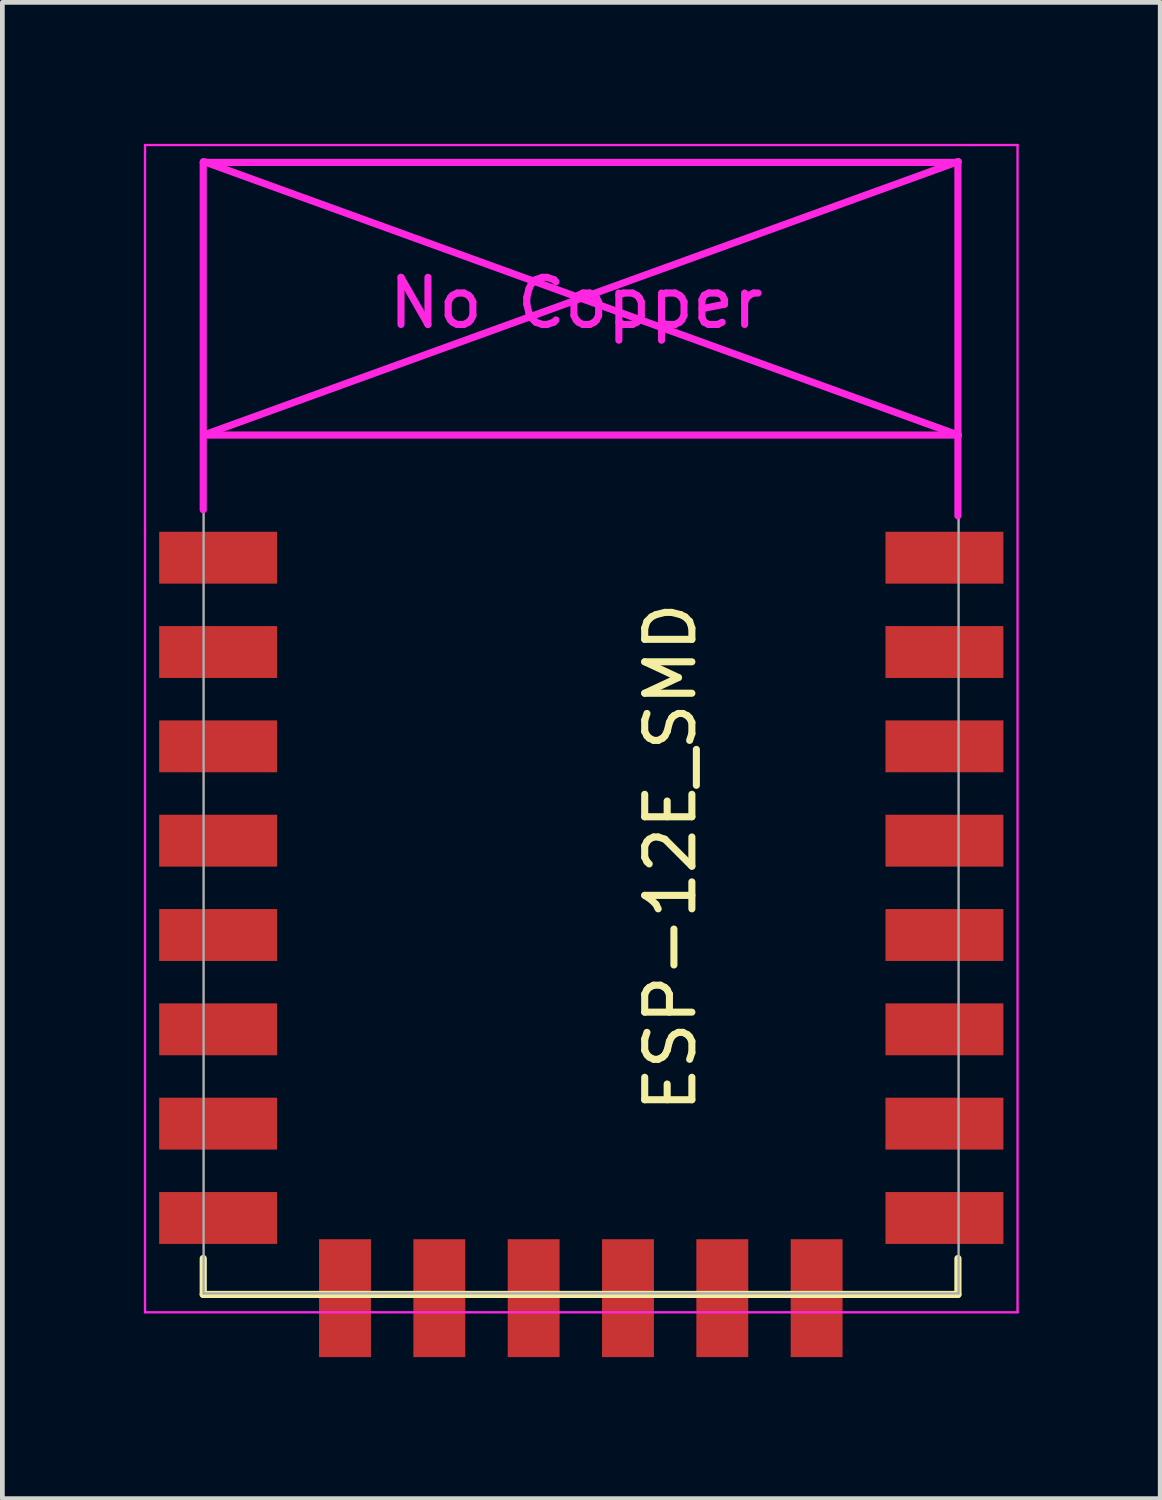
<source format=kicad_pcb>
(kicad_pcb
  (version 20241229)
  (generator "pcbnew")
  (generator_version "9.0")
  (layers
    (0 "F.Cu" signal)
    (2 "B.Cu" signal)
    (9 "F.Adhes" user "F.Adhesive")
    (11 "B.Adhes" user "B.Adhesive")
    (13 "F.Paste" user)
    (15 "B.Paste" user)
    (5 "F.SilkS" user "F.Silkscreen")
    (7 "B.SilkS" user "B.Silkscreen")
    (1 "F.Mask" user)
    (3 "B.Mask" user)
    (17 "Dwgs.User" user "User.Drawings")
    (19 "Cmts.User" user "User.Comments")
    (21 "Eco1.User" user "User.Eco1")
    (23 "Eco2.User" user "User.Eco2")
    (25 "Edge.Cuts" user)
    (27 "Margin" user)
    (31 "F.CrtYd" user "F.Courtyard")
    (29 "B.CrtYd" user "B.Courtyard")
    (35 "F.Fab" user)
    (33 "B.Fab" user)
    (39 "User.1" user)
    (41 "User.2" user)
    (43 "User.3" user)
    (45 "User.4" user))
  (footprint "ESP-12E_SMD"
    (layer "F.Cu")
    (at 2.275 8.775)
    (property "Reference" "ESP-12E_SMD" (at 8.89 6.35 90) (layer "F.SilkS") (effects (font (size 1 1) (thickness 0.15))))
    (attr through_hole)
    (fp_line (start -1.016 14.859) (end -1.016 15.621) (stroke (width 0.152) (type solid)) (layer "F.SilkS"))
    (fp_line (start -1.016 15.621) (end 14.986 15.621) (stroke (width 0.152) (type solid)) (layer "F.SilkS"))
    (fp_line (start 14.986 15.621) (end 14.986 14.859) (stroke (width 0.152) (type solid)) (layer "F.SilkS"))
    (fp_line (start -2.25 -8.75) (end 15.25 -8.75) (stroke (width 0.05) (type solid)) (layer "F.CrtYd"))
    (fp_line (start -2.25 -0.5) (end -2.25 -8.75) (stroke (width 0.05) (type solid)) (layer "F.CrtYd"))
    (fp_line (start -2.25 16) (end -2.25 -0.5) (stroke (width 0.05) (type solid)) (layer "F.CrtYd"))
    (fp_line (start -1.016 -8.382) (end -1.016 -1.016) (stroke (width 0.152) (type solid)) (layer "F.CrtYd"))
    (fp_line (start -1.016 -8.382) (end 14.986 -8.382) (stroke (width 0.152) (type solid)) (layer "F.CrtYd"))
    (fp_line (start -1.008 -8.4) (end 14.992 -2.6) (stroke (width 0.152) (type solid)) (layer "F.CrtYd"))
    (fp_line (start -1.008 -2.6) (end 14.992 -2.6) (stroke (width 0.152) (type solid)) (layer "F.CrtYd"))
    (fp_line (start 14.986 -8.382) (end 14.986 -0.889) (stroke (width 0.152) (type solid)) (layer "F.CrtYd"))
    (fp_line (start 14.992 -8.4) (end -1.008 -2.6) (stroke (width 0.152) (type solid)) (layer "F.CrtYd"))
    (fp_line (start 15.25 -8.75) (end 16.25 -8.75) (stroke (width 0.05) (type solid)) (layer "F.CrtYd"))
    (fp_line (start 16.25 -8.75) (end 16.25 16) (stroke (width 0.05) (type solid)) (layer "F.CrtYd"))
    (fp_line (start 16.25 16) (end -2.25 16) (stroke (width 0.05) (type solid)) (layer "F.CrtYd"))
    (fp_line (start -1.008 -8.4) (end 14.992 -8.4) (stroke (width 0.05) (type solid)) (layer "F.Fab"))
    (fp_line (start -1.008 15.6) (end -1.008 -8.4) (stroke (width 0.05) (type solid)) (layer "F.Fab"))
    (fp_line (start 14.992 15.6) (end -1.008 15.6) (stroke (width 0.05) (type solid)) (layer "F.Fab"))
    (fp_line (start 15 -8.4) (end 15 15.6) (stroke (width 0.05) (type solid)) (layer "F.Fab"))
    (fp_text user "No Copper" (at 6.892 -5.4 0) (layer "F.CrtYd") (effects (font (size 1 1) (thickness 0.15))))
    (pad "1" smd rect (at 0 0) (size 2.5 1.1) (drill (offset -0.7 0)) (layers "F.Cu" "F.Mask" "F.Paste"))
    (pad "2" smd rect (at 0 2) (size 2.5 1.1) (drill (offset -0.7 0)) (layers "F.Cu" "F.Mask" "F.Paste"))
    (pad "3" smd rect (at 0 4) (size 2.5 1.1) (drill (offset -0.7 0)) (layers "F.Cu" "F.Mask" "F.Paste"))
    (pad "4" smd rect (at 0 6) (size 2.5 1.1) (drill (offset -0.7 0)) (layers "F.Cu" "F.Mask" "F.Paste"))
    (pad "5" smd rect (at 0 8) (size 2.5 1.1) (drill (offset -0.7 0)) (layers "F.Cu" "F.Mask" "F.Paste"))
    (pad "6" smd rect (at 0 10) (size 2.5 1.1) (drill (offset -0.7 0)) (layers "F.Cu" "F.Mask" "F.Paste"))
    (pad "7" smd rect (at 0 12) (size 2.5 1.1) (drill (offset -0.7 0)) (layers "F.Cu" "F.Mask" "F.Paste"))
    (pad "8" smd rect (at 0 14) (size 2.5 1.1) (drill (offset -0.7 0)) (layers "F.Cu" "F.Mask" "F.Paste"))
    (pad "9" smd rect (at 1.99 15 90) (size 2.5 1.1) (drill (offset -0.7 0)) (layers "F.Cu" "F.Mask" "F.Paste"))
    (pad "10" smd rect (at 3.99 15 90) (size 2.5 1.1) (drill (offset -0.7 0)) (layers "F.Cu" "F.Mask" "F.Paste"))
    (pad "11" smd rect (at 5.99 15 90) (size 2.5 1.1) (drill (offset -0.7 0)) (layers "F.Cu" "F.Mask" "F.Paste"))
    (pad "12" smd rect (at 7.99 15 90) (size 2.5 1.1) (drill (offset -0.7 0)) (layers "F.Cu" "F.Mask" "F.Paste"))
    (pad "13" smd rect (at 9.99 15 90) (size 2.5 1.1) (drill (offset -0.7 0)) (layers "F.Cu" "F.Mask" "F.Paste"))
    (pad "14" smd rect (at 11.99 15 90) (size 2.5 1.1) (drill (offset -0.7 0)) (layers "F.Cu" "F.Mask" "F.Paste"))
    (pad "15" smd rect (at 14 14) (size 2.5 1.1) (drill (offset 0.7 0)) (layers "F.Cu" "F.Mask" "F.Paste"))
    (pad "16" smd rect (at 14 12) (size 2.5 1.1) (drill (offset 0.7 0)) (layers "F.Cu" "F.Mask" "F.Paste"))
    (pad "17" smd rect (at 14 10) (size 2.5 1.1) (drill (offset 0.7 0)) (layers "F.Cu" "F.Mask" "F.Paste"))
    (pad "18" smd rect (at 14 8) (size 2.5 1.1) (drill (offset 0.7 0)) (layers "F.Cu" "F.Mask" "F.Paste"))
    (pad "19" smd rect (at 14 6) (size 2.5 1.1) (drill (offset 0.7 0)) (layers "F.Cu" "F.Mask" "F.Paste"))
    (pad "20" smd rect (at 14 4) (size 2.5 1.1) (drill (offset 0.7 0)) (layers "F.Cu" "F.Mask" "F.Paste"))
    (pad "21" smd rect (at 14 2) (size 2.5 1.1) (drill (offset 0.7 0)) (layers "F.Cu" "F.Mask" "F.Paste"))
    (pad "22" smd rect (at 14 0) (size 2.5 1.1) (drill (offset 0.7 0)) (layers "F.Cu" "F.Mask" "F.Paste")))
  (gr_rect
    (start -3 -3)
    (end 21.55 28.725)
    (stroke (width 0.1) (type default))
    (fill no)
    (layer "Edge.Cuts")))
</source>
